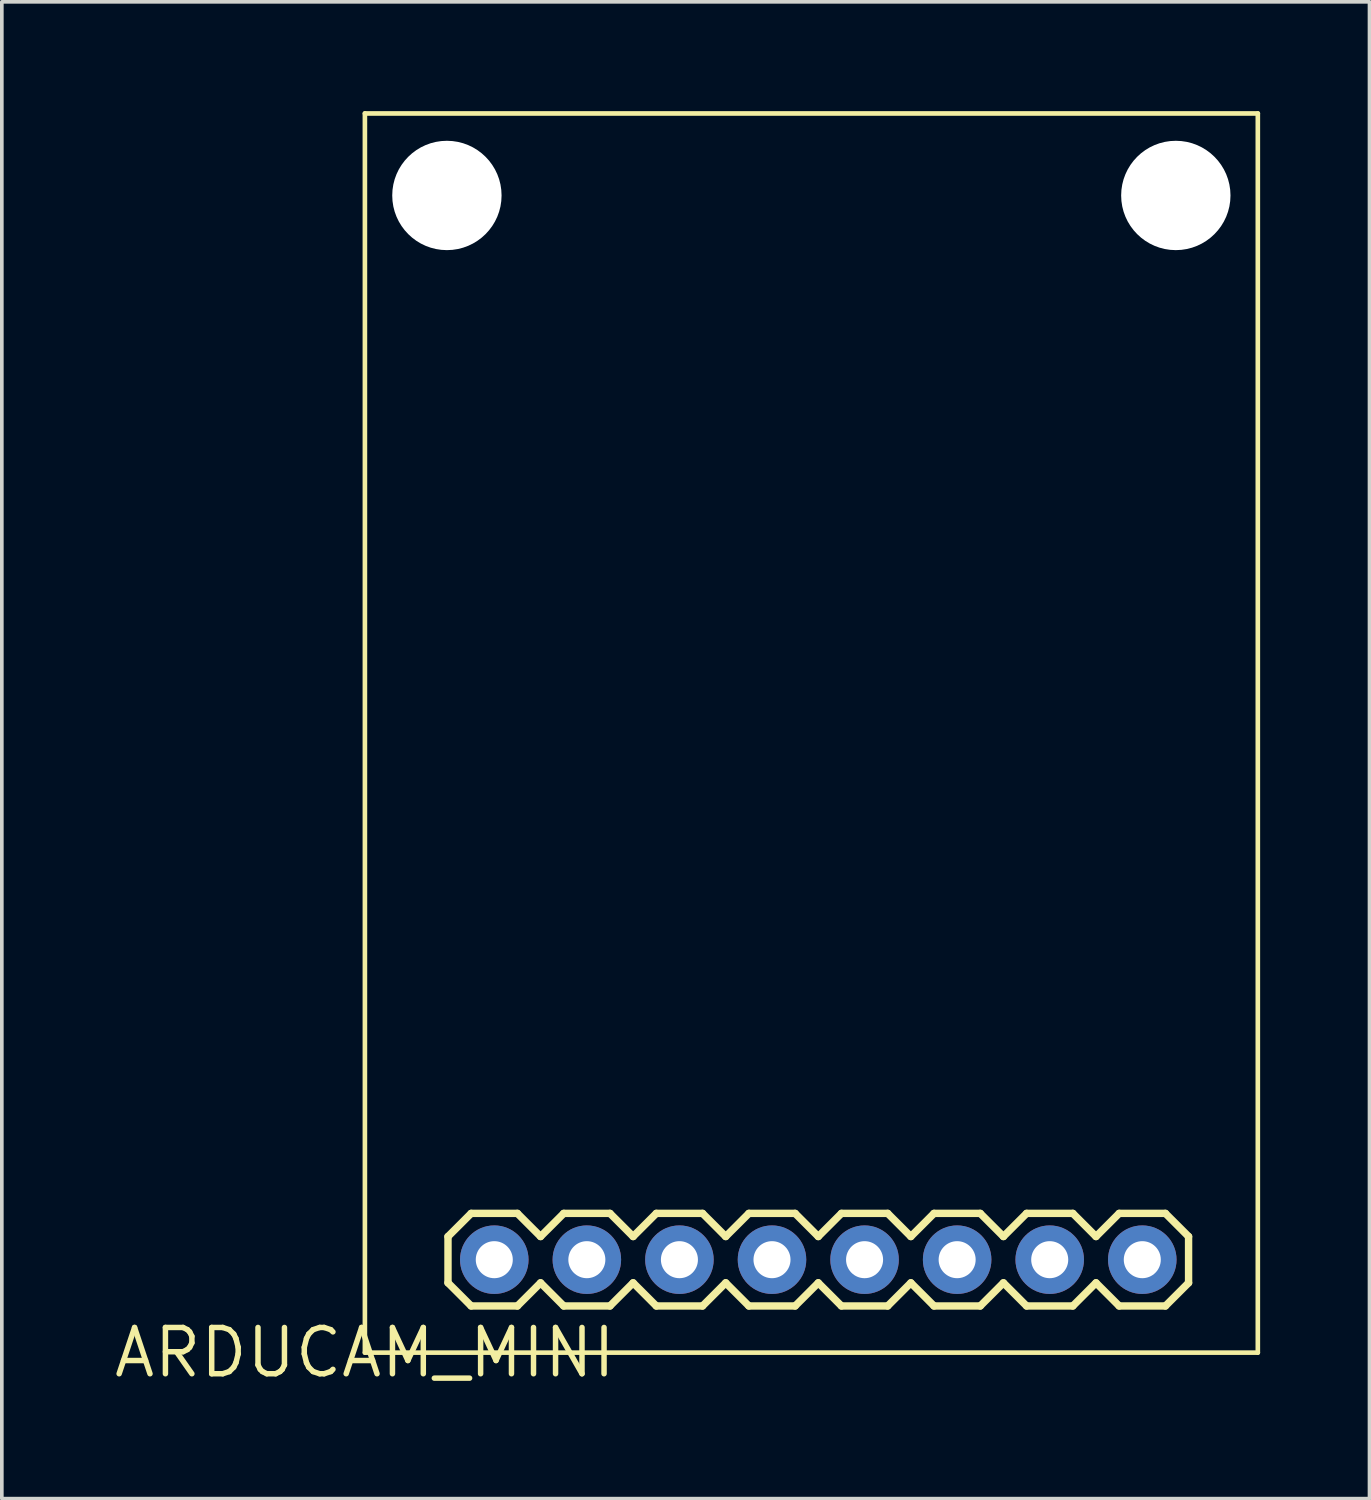
<source format=kicad_pcb>
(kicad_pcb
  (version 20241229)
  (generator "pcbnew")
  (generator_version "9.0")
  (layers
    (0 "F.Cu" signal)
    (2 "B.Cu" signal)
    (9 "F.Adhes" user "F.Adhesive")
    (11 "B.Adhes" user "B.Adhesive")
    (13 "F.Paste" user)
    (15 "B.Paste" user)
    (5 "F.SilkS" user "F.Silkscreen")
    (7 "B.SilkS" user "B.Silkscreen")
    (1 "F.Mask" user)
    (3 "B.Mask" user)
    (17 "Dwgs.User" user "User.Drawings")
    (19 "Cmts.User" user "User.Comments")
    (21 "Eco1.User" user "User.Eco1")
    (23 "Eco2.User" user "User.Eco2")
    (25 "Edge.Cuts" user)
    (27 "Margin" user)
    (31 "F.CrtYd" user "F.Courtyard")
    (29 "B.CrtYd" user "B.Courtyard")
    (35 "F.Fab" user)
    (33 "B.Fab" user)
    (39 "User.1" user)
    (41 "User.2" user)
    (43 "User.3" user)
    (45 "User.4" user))
  (footprint "ARDUCAM_MINI"
    (layer "F.Cu")
    (at 6.962 34.063)
    (property "Reference" "ARDUCAM_MINI" (at 0 0 0) (layer "F.SilkS") (effects (font (size 1.27 1.27) (thickness 0.15))))
    (fp_line (start 0 -34) (end 0 0) (stroke (width 0.127) (type solid)) (layer "F.SilkS"))
    (fp_line (start 0 0) (end 24.5 0) (stroke (width 0.127) (type solid)) (layer "F.SilkS"))
    (fp_line (start 2.28 -3.185) (end 2.28 -1.915) (stroke (width 0.203) (type solid)) (layer "F.SilkS"))
    (fp_line (start 2.28 -1.915) (end 2.915 -1.28) (stroke (width 0.203) (type solid)) (layer "F.SilkS"))
    (fp_line (start 2.915 -3.82) (end 2.28 -3.185) (stroke (width 0.203) (type solid)) (layer "F.SilkS"))
    (fp_line (start 2.915 -3.82) (end 4.185 -3.82) (stroke (width 0.203) (type solid)) (layer "F.SilkS"))
    (fp_line (start 4.185 -3.82) (end 4.82 -3.185) (stroke (width 0.203) (type solid)) (layer "F.SilkS"))
    (fp_line (start 4.185 -1.28) (end 2.915 -1.28) (stroke (width 0.203) (type solid)) (layer "F.SilkS"))
    (fp_line (start 4.82 -3.185) (end 5.455 -3.82) (stroke (width 0.203) (type solid)) (layer "F.SilkS"))
    (fp_line (start 4.82 -1.915) (end 4.185 -1.28) (stroke (width 0.203) (type solid)) (layer "F.SilkS"))
    (fp_line (start 5.455 -3.82) (end 6.725 -3.82) (stroke (width 0.203) (type solid)) (layer "F.SilkS"))
    (fp_line (start 5.455 -1.28) (end 4.82 -1.915) (stroke (width 0.203) (type solid)) (layer "F.SilkS"))
    (fp_line (start 6.725 -3.82) (end 7.36 -3.185) (stroke (width 0.203) (type solid)) (layer "F.SilkS"))
    (fp_line (start 6.725 -1.28) (end 5.455 -1.28) (stroke (width 0.203) (type solid)) (layer "F.SilkS"))
    (fp_line (start 7.36 -3.185) (end 7.995 -3.82) (stroke (width 0.203) (type solid)) (layer "F.SilkS"))
    (fp_line (start 7.36 -1.915) (end 6.725 -1.28) (stroke (width 0.203) (type solid)) (layer "F.SilkS"))
    (fp_line (start 7.995 -3.82) (end 9.265 -3.82) (stroke (width 0.203) (type solid)) (layer "F.SilkS"))
    (fp_line (start 7.995 -1.28) (end 7.36 -1.915) (stroke (width 0.203) (type solid)) (layer "F.SilkS"))
    (fp_line (start 9.265 -3.82) (end 9.9 -3.185) (stroke (width 0.203) (type solid)) (layer "F.SilkS"))
    (fp_line (start 9.265 -1.28) (end 7.995 -1.28) (stroke (width 0.203) (type solid)) (layer "F.SilkS"))
    (fp_line (start 9.9 -1.915) (end 9.265 -1.28) (stroke (width 0.203) (type solid)) (layer "F.SilkS"))
    (fp_line (start 9.9 -1.915) (end 10.535 -1.28) (stroke (width 0.203) (type solid)) (layer "F.SilkS"))
    (fp_line (start 10.535 -3.82) (end 9.9 -3.185) (stroke (width 0.203) (type solid)) (layer "F.SilkS"))
    (fp_line (start 10.535 -3.82) (end 11.805 -3.82) (stroke (width 0.203) (type solid)) (layer "F.SilkS"))
    (fp_line (start 11.805 -3.82) (end 12.44 -3.185) (stroke (width 0.203) (type solid)) (layer "F.SilkS"))
    (fp_line (start 11.805 -1.28) (end 10.535 -1.28) (stroke (width 0.203) (type solid)) (layer "F.SilkS"))
    (fp_line (start 12.44 -3.185) (end 13.075 -3.82) (stroke (width 0.203) (type solid)) (layer "F.SilkS"))
    (fp_line (start 12.44 -1.915) (end 11.805 -1.28) (stroke (width 0.203) (type solid)) (layer "F.SilkS"))
    (fp_line (start 13.075 -3.82) (end 14.345 -3.82) (stroke (width 0.203) (type solid)) (layer "F.SilkS"))
    (fp_line (start 13.075 -1.28) (end 12.44 -1.915) (stroke (width 0.203) (type solid)) (layer "F.SilkS"))
    (fp_line (start 14.345 -3.82) (end 14.98 -3.185) (stroke (width 0.203) (type solid)) (layer "F.SilkS"))
    (fp_line (start 14.345 -1.28) (end 13.075 -1.28) (stroke (width 0.203) (type solid)) (layer "F.SilkS"))
    (fp_line (start 14.98 -3.185) (end 15.615 -3.82) (stroke (width 0.203) (type solid)) (layer "F.SilkS"))
    (fp_line (start 14.98 -1.915) (end 14.345 -1.28) (stroke (width 0.203) (type solid)) (layer "F.SilkS"))
    (fp_line (start 15.615 -3.82) (end 16.885 -3.82) (stroke (width 0.203) (type solid)) (layer "F.SilkS"))
    (fp_line (start 15.615 -1.28) (end 14.98 -1.915) (stroke (width 0.203) (type solid)) (layer "F.SilkS"))
    (fp_line (start 16.885 -3.82) (end 17.52 -3.185) (stroke (width 0.203) (type solid)) (layer "F.SilkS"))
    (fp_line (start 16.885 -1.28) (end 15.615 -1.28) (stroke (width 0.203) (type solid)) (layer "F.SilkS"))
    (fp_line (start 17.52 -1.915) (end 16.885 -1.28) (stroke (width 0.203) (type solid)) (layer "F.SilkS"))
    (fp_line (start 17.52 -1.915) (end 18.155 -1.28) (stroke (width 0.203) (type solid)) (layer "F.SilkS"))
    (fp_line (start 18.155 -3.82) (end 17.52 -3.185) (stroke (width 0.203) (type solid)) (layer "F.SilkS"))
    (fp_line (start 18.155 -3.82) (end 19.425 -3.82) (stroke (width 0.203) (type solid)) (layer "F.SilkS"))
    (fp_line (start 19.425 -3.82) (end 20.06 -3.185) (stroke (width 0.203) (type solid)) (layer "F.SilkS"))
    (fp_line (start 19.425 -1.28) (end 18.155 -1.28) (stroke (width 0.203) (type solid)) (layer "F.SilkS"))
    (fp_line (start 20.06 -1.915) (end 19.425 -1.28) (stroke (width 0.203) (type solid)) (layer "F.SilkS"))
    (fp_line (start 20.06 -1.915) (end 20.695 -1.28) (stroke (width 0.203) (type solid)) (layer "F.SilkS"))
    (fp_line (start 20.695 -3.82) (end 20.06 -3.185) (stroke (width 0.203) (type solid)) (layer "F.SilkS"))
    (fp_line (start 20.695 -3.82) (end 21.965 -3.82) (stroke (width 0.203) (type solid)) (layer "F.SilkS"))
    (fp_line (start 21.965 -3.82) (end 22.6 -3.185) (stroke (width 0.203) (type solid)) (layer "F.SilkS"))
    (fp_line (start 21.965 -1.28) (end 20.695 -1.28) (stroke (width 0.203) (type solid)) (layer "F.SilkS"))
    (fp_line (start 22.6 -3.185) (end 22.6 -1.915) (stroke (width 0.203) (type solid)) (layer "F.SilkS"))
    (fp_line (start 22.6 -1.915) (end 21.965 -1.28) (stroke (width 0.203) (type solid)) (layer "F.SilkS"))
    (fp_line (start 24.5 -34) (end 0 -34) (stroke (width 0.127) (type solid)) (layer "F.SilkS"))
    (fp_line (start 24.5 0) (end 24.5 -34) (stroke (width 0.127) (type solid)) (layer "F.SilkS"))
    (fp_poly (pts (xy 3.296 -2.296) (xy 3.804 -2.296) (xy 3.804 -2.804) (xy 3.296 -2.804)) (stroke (width 0.1) (type default)) (fill no) (layer "F.Fab"))
    (fp_poly (pts (xy 5.836 -2.296) (xy 6.344 -2.296) (xy 6.344 -2.804) (xy 5.836 -2.804)) (stroke (width 0.1) (type default)) (fill no) (layer "F.Fab"))
    (fp_poly (pts (xy 8.376 -2.296) (xy 8.884 -2.296) (xy 8.884 -2.804) (xy 8.376 -2.804)) (stroke (width 0.1) (type default)) (fill no) (layer "F.Fab"))
    (fp_poly (pts (xy 10.916 -2.296) (xy 11.424 -2.296) (xy 11.424 -2.804) (xy 10.916 -2.804)) (stroke (width 0.1) (type default)) (fill no) (layer "F.Fab"))
    (fp_poly (pts (xy 13.456 -2.296) (xy 13.964 -2.296) (xy 13.964 -2.804) (xy 13.456 -2.804)) (stroke (width 0.1) (type default)) (fill no) (layer "F.Fab"))
    (fp_poly (pts (xy 15.996 -2.296) (xy 16.504 -2.296) (xy 16.504 -2.804) (xy 15.996 -2.804)) (stroke (width 0.1) (type default)) (fill no) (layer "F.Fab"))
    (fp_poly (pts (xy 18.536 -2.296) (xy 19.044 -2.296) (xy 19.044 -2.804) (xy 18.536 -2.804)) (stroke (width 0.1) (type default)) (fill no) (layer "F.Fab"))
    (fp_poly (pts (xy 21.076 -2.296) (xy 21.584 -2.296) (xy 21.584 -2.804) (xy 21.076 -2.804)) (stroke (width 0.1) (type default)) (fill no) (layer "F.Fab"))
    (fp_text user "" (at 2.55 -4.55 0) (unlocked yes) (layer "F.SilkS") (effects (font (size 0.488 0.488) (thickness 0.122)) (justify left bottom)))
    (pad "" np_thru_hole circle (at 2.25 -31.75) (size 3 3) (drill 3) (layers "*.Cu" "*.Mask"))
    (pad "" np_thru_hole circle (at 22.25 -31.75) (size 3 3) (drill 3) (layers "*.Cu" "*.Mask"))
    (pad "CS" thru_hole circle (at 21.33 -2.55 90) (size 1.88 1.88) (drill 1.016) (layers "*.Cu" "*.Mask"))
    (pad "GND" thru_hole circle (at 11.17 -2.55 90) (size 1.88 1.88) (drill 1.016) (layers "*.Cu" "*.Mask"))
    (pad "MISO" thru_hole circle (at 16.25 -2.55 90) (size 1.88 1.88) (drill 1.016) (layers "*.Cu" "*.Mask"))
    (pad "MOSI" thru_hole circle (at 18.79 -2.55 90) (size 1.88 1.88) (drill 1.016) (layers "*.Cu" "*.Mask"))
    (pad "SCK" thru_hole circle (at 13.71 -2.55 90) (size 1.88 1.88) (drill 1.016) (layers "*.Cu" "*.Mask"))
    (pad "SCL" thru_hole circle (at 3.55 -2.55 90) (size 1.88 1.88) (drill 1.016) (layers "*.Cu" "*.Mask"))
    (pad "SDA" thru_hole circle (at 6.09 -2.55 90) (size 1.88 1.88) (drill 1.016) (layers "*.Cu" "*.Mask"))
    (pad "VCC" thru_hole circle (at 8.63 -2.55 90) (size 1.88 1.88) (drill 1.016) (layers "*.Cu" "*.Mask")))
  (gr_rect
    (start -3 -3)
    (end 34.526 38.07)
    (stroke (width 0.1) (type default))
    (fill no)
    (layer "Edge.Cuts")))
</source>
